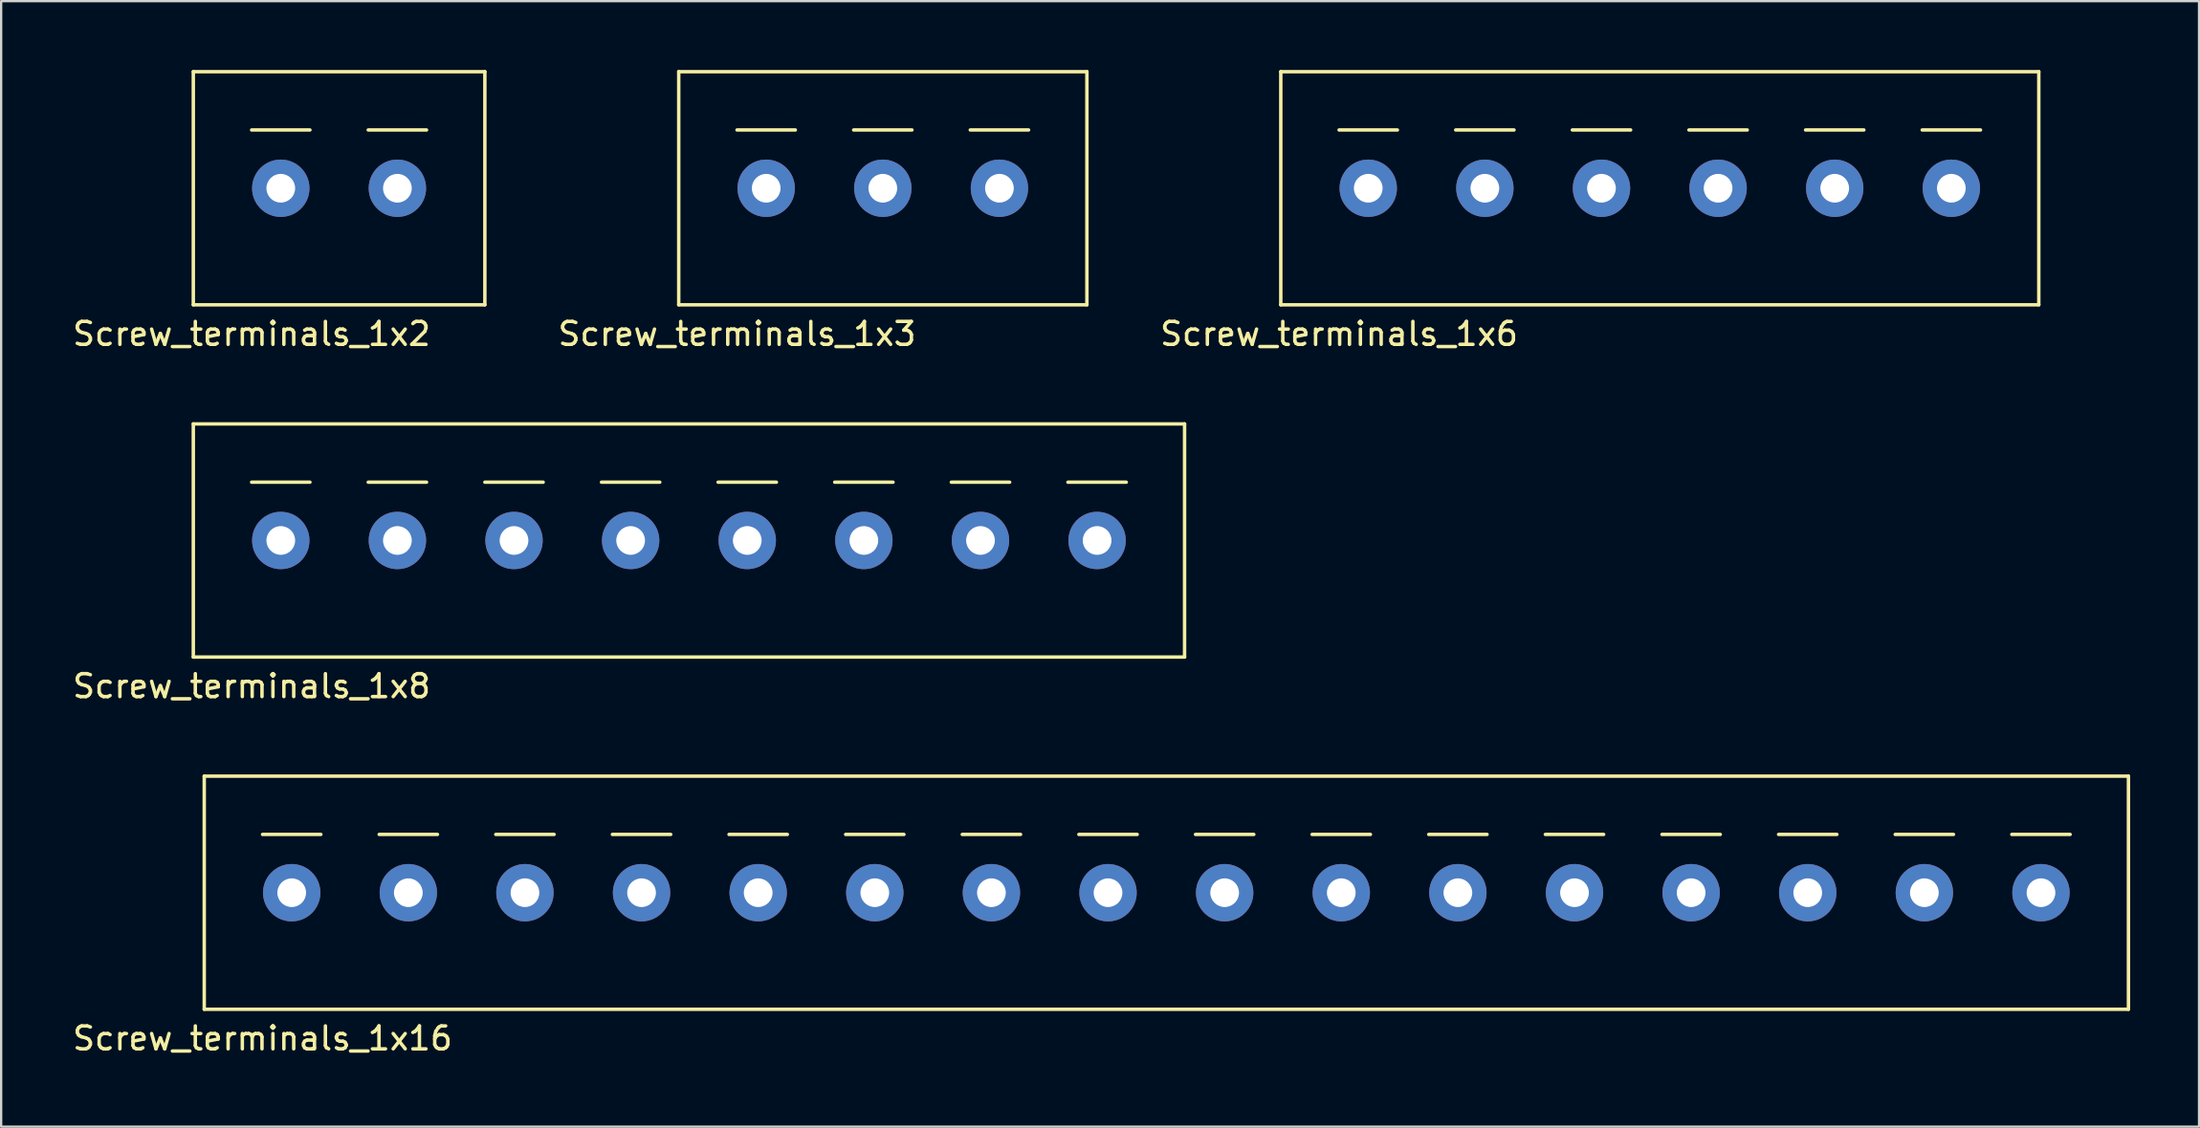
<source format=kicad_pcb>
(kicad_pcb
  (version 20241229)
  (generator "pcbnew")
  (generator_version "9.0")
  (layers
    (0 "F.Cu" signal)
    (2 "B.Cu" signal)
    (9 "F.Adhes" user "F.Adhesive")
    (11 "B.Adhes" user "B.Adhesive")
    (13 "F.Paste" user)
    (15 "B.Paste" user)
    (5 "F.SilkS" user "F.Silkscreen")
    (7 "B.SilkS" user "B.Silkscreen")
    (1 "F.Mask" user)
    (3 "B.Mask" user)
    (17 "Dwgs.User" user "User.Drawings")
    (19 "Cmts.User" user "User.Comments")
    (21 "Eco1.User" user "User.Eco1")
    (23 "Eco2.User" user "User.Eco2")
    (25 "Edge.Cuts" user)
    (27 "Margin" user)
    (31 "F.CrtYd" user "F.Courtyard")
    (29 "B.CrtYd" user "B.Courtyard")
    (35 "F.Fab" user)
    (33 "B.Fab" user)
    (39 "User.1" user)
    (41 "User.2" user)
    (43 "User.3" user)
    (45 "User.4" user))
  (footprint "Screw_terminals_1x16"
    (layer "F.Cu")
    (at 9.657 35.861)
    (property "Reference" "Screw_terminals_1x16" (at -1.27 6.35 0) (layer "F.SilkS") (effects (font (size 1 1) (thickness 0.15))))
    (attr through_hole)
    (fp_line (start -3.81 -5.08) (end 80.01 -5.08) (stroke (width 0.15) (type solid)) (layer "F.SilkS"))
    (fp_line (start -3.81 5.08) (end -3.81 -5.08) (stroke (width 0.15) (type solid)) (layer "F.SilkS"))
    (fp_line (start -1.27 -2.54) (end 1.27 -2.54) (stroke (width 0.15) (type solid)) (layer "F.SilkS"))
    (fp_line (start 3.81 -2.54) (end 6.35 -2.54) (stroke (width 0.15) (type solid)) (layer "F.SilkS"))
    (fp_line (start 8.89 -2.54) (end 11.43 -2.54) (stroke (width 0.15) (type solid)) (layer "F.SilkS"))
    (fp_line (start 13.97 -2.54) (end 16.51 -2.54) (stroke (width 0.15) (type solid)) (layer "F.SilkS"))
    (fp_line (start 19.05 -2.54) (end 21.59 -2.54) (stroke (width 0.15) (type solid)) (layer "F.SilkS"))
    (fp_line (start 24.13 -2.54) (end 26.67 -2.54) (stroke (width 0.15) (type solid)) (layer "F.SilkS"))
    (fp_line (start 29.21 -2.54) (end 31.75 -2.54) (stroke (width 0.15) (type solid)) (layer "F.SilkS"))
    (fp_line (start 34.29 -2.54) (end 36.83 -2.54) (stroke (width 0.15) (type solid)) (layer "F.SilkS"))
    (fp_line (start 39.37 -2.54) (end 41.91 -2.54) (stroke (width 0.15) (type solid)) (layer "F.SilkS"))
    (fp_line (start 44.45 -2.54) (end 46.99 -2.54) (stroke (width 0.15) (type solid)) (layer "F.SilkS"))
    (fp_line (start 49.53 -2.54) (end 52.07 -2.54) (stroke (width 0.15) (type solid)) (layer "F.SilkS"))
    (fp_line (start 54.61 -2.54) (end 57.15 -2.54) (stroke (width 0.15) (type solid)) (layer "F.SilkS"))
    (fp_line (start 59.69 -2.54) (end 62.23 -2.54) (stroke (width 0.15) (type solid)) (layer "F.SilkS"))
    (fp_line (start 64.77 -2.54) (end 67.31 -2.54) (stroke (width 0.15) (type solid)) (layer "F.SilkS"))
    (fp_line (start 69.85 -2.54) (end 72.39 -2.54) (stroke (width 0.15) (type solid)) (layer "F.SilkS"))
    (fp_line (start 74.93 -2.54) (end 77.47 -2.54) (stroke (width 0.15) (type solid)) (layer "F.SilkS"))
    (fp_line (start 80.01 -5.08) (end 80.01 5.08) (stroke (width 0.15) (type solid)) (layer "F.SilkS"))
    (fp_line (start 80.01 5.08) (end -3.81 5.08) (stroke (width 0.15) (type solid)) (layer "F.SilkS"))
    (pad "1" thru_hole circle (at 0 0) (size 2.5 2.5) (drill 1.25) (layers "*.Cu" "*.Mask"))
    (pad "2" thru_hole circle (at 5.08 0) (size 2.5 2.5) (drill 1.25) (layers "*.Cu" "*.Mask"))
    (pad "3" thru_hole circle (at 10.16 0) (size 2.5 2.5) (drill 1.25) (layers "*.Cu" "*.Mask"))
    (pad "4" thru_hole circle (at 15.24 0) (size 2.5 2.5) (drill 1.25) (layers "*.Cu" "*.Mask"))
    (pad "5" thru_hole circle (at 20.32 0) (size 2.5 2.5) (drill 1.25) (layers "*.Cu" "*.Mask"))
    (pad "6" thru_hole circle (at 25.4 0) (size 2.5 2.5) (drill 1.25) (layers "*.Cu" "*.Mask"))
    (pad "7" thru_hole circle (at 30.48 0) (size 2.5 2.5) (drill 1.25) (layers "*.Cu" "*.Mask"))
    (pad "8" thru_hole circle (at 35.56 0) (size 2.5 2.5) (drill 1.25) (layers "*.Cu" "*.Mask"))
    (pad "9" thru_hole circle (at 40.64 0) (size 2.5 2.5) (drill 1.25) (layers "*.Cu" "*.Mask"))
    (pad "10" thru_hole circle (at 45.72 0) (size 2.5 2.5) (drill 1.25) (layers "*.Cu" "*.Mask"))
    (pad "11" thru_hole circle (at 50.8 0) (size 2.5 2.5) (drill 1.25) (layers "*.Cu" "*.Mask"))
    (pad "12" thru_hole circle (at 55.88 0) (size 2.5 2.5) (drill 1.25) (layers "*.Cu" "*.Mask"))
    (pad "13" thru_hole circle (at 60.96 0) (size 2.5 2.5) (drill 1.25) (layers "*.Cu" "*.Mask"))
    (pad "14" thru_hole circle (at 66.04 0) (size 2.5 2.5) (drill 1.25) (layers "*.Cu" "*.Mask"))
    (pad "15" thru_hole circle (at 71.12 0) (size 2.5 2.5) (drill 1.25) (layers "*.Cu" "*.Mask"))
    (pad "16" thru_hole circle (at 76.2 0) (size 2.5 2.5) (drill 1.25) (layers "*.Cu" "*.Mask")))
  (footprint "Screw_terminals_1x2"
    (layer "F.Cu")
    (at 9.181 5.155)
    (property "Reference" "Screw_terminals_1x2" (at -1.27 6.35 0) (layer "F.SilkS") (effects (font (size 1 1) (thickness 0.15))))
    (attr through_hole)
    (fp_line (start -3.81 -5.08) (end 8.89 -5.08) (stroke (width 0.15) (type solid)) (layer "F.SilkS"))
    (fp_line (start -3.81 5.08) (end -3.81 -5.08) (stroke (width 0.15) (type solid)) (layer "F.SilkS"))
    (fp_line (start -1.27 -2.54) (end 1.27 -2.54) (stroke (width 0.15) (type solid)) (layer "F.SilkS"))
    (fp_line (start 3.81 -2.54) (end 6.35 -2.54) (stroke (width 0.15) (type solid)) (layer "F.SilkS"))
    (fp_line (start 8.89 -5.08) (end 8.89 5.08) (stroke (width 0.15) (type solid)) (layer "F.SilkS"))
    (fp_line (start 8.89 5.08) (end -3.81 5.08) (stroke (width 0.15) (type solid)) (layer "F.SilkS"))
    (pad "1" thru_hole circle (at 0 0) (size 2.5 2.5) (drill 1.25) (layers "*.Cu" "*.Mask"))
    (pad "2" thru_hole circle (at 5.08 0) (size 2.5 2.5) (drill 1.25) (layers "*.Cu" "*.Mask")))
  (footprint "Screw_terminals_1x8"
    (layer "F.Cu")
    (at 9.181 20.508)
    (property "Reference" "Screw_terminals_1x8" (at -1.27 6.35 0) (layer "F.SilkS") (effects (font (size 1 1) (thickness 0.15))))
    (attr through_hole)
    (fp_line (start -3.81 -5.08) (end 39.37 -5.08) (stroke (width 0.15) (type solid)) (layer "F.SilkS"))
    (fp_line (start -3.81 5.08) (end -3.81 -5.08) (stroke (width 0.15) (type solid)) (layer "F.SilkS"))
    (fp_line (start -1.27 -2.54) (end 1.27 -2.54) (stroke (width 0.15) (type solid)) (layer "F.SilkS"))
    (fp_line (start 3.81 -2.54) (end 6.35 -2.54) (stroke (width 0.15) (type solid)) (layer "F.SilkS"))
    (fp_line (start 8.89 -2.54) (end 11.43 -2.54) (stroke (width 0.15) (type solid)) (layer "F.SilkS"))
    (fp_line (start 13.97 -2.54) (end 16.51 -2.54) (stroke (width 0.15) (type solid)) (layer "F.SilkS"))
    (fp_line (start 19.05 -2.54) (end 21.59 -2.54) (stroke (width 0.15) (type solid)) (layer "F.SilkS"))
    (fp_line (start 24.13 -2.54) (end 26.67 -2.54) (stroke (width 0.15) (type solid)) (layer "F.SilkS"))
    (fp_line (start 29.21 -2.54) (end 31.75 -2.54) (stroke (width 0.15) (type solid)) (layer "F.SilkS"))
    (fp_line (start 34.29 -2.54) (end 36.83 -2.54) (stroke (width 0.15) (type solid)) (layer "F.SilkS"))
    (fp_line (start 39.37 -5.08) (end 39.37 5.08) (stroke (width 0.15) (type solid)) (layer "F.SilkS"))
    (fp_line (start 39.37 5.08) (end -3.81 5.08) (stroke (width 0.15) (type solid)) (layer "F.SilkS"))
    (pad "1" thru_hole circle (at 0 0) (size 2.5 2.5) (drill 1.25) (layers "*.Cu" "*.Mask"))
    (pad "2" thru_hole circle (at 5.08 0) (size 2.5 2.5) (drill 1.25) (layers "*.Cu" "*.Mask"))
    (pad "3" thru_hole circle (at 10.16 0) (size 2.5 2.5) (drill 1.25) (layers "*.Cu" "*.Mask"))
    (pad "4" thru_hole circle (at 15.24 0) (size 2.5 2.5) (drill 1.25) (layers "*.Cu" "*.Mask"))
    (pad "5" thru_hole circle (at 20.32 0) (size 2.5 2.5) (drill 1.25) (layers "*.Cu" "*.Mask"))
    (pad "6" thru_hole circle (at 25.4 0) (size 2.5 2.5) (drill 1.25) (layers "*.Cu" "*.Mask"))
    (pad "7" thru_hole circle (at 30.48 0) (size 2.5 2.5) (drill 1.25) (layers "*.Cu" "*.Mask"))
    (pad "8" thru_hole circle (at 35.56 0) (size 2.5 2.5) (drill 1.25) (layers "*.Cu" "*.Mask")))
  (footprint "Screw_terminals_1x3"
    (layer "F.Cu")
    (at 30.326 5.155)
    (property "Reference" "Screw_terminals_1x3" (at -1.27 6.35 0) (layer "F.SilkS") (effects (font (size 1 1) (thickness 0.15))))
    (attr through_hole)
    (fp_line (start -3.81 -5.08) (end 13.97 -5.08) (stroke (width 0.15) (type solid)) (layer "F.SilkS"))
    (fp_line (start -3.81 5.08) (end -3.81 -5.08) (stroke (width 0.15) (type solid)) (layer "F.SilkS"))
    (fp_line (start -1.27 -2.54) (end 1.27 -2.54) (stroke (width 0.15) (type solid)) (layer "F.SilkS"))
    (fp_line (start 3.81 -2.54) (end 6.35 -2.54) (stroke (width 0.15) (type solid)) (layer "F.SilkS"))
    (fp_line (start 8.89 -2.54) (end 11.43 -2.54) (stroke (width 0.15) (type solid)) (layer "F.SilkS"))
    (fp_line (start 13.97 -5.08) (end 13.97 5.08) (stroke (width 0.15) (type solid)) (layer "F.SilkS"))
    (fp_line (start 13.97 5.08) (end -3.81 5.08) (stroke (width 0.15) (type solid)) (layer "F.SilkS"))
    (pad "1" thru_hole circle (at 0 0) (size 2.5 2.5) (drill 1.25) (layers "*.Cu" "*.Mask"))
    (pad "2" thru_hole circle (at 5.08 0) (size 2.5 2.5) (drill 1.25) (layers "*.Cu" "*.Mask"))
    (pad "3" thru_hole circle (at 10.16 0) (size 2.5 2.5) (drill 1.25) (layers "*.Cu" "*.Mask")))
  (footprint "Screw_terminals_1x6"
    (layer "F.Cu")
    (at 56.552 5.155)
    (property "Reference" "Screw_terminals_1x6" (at -1.27 6.35 0) (layer "F.SilkS") (effects (font (size 1 1) (thickness 0.15))))
    (attr through_hole)
    (fp_line (start -3.81 -5.08) (end 29.21 -5.08) (stroke (width 0.15) (type solid)) (layer "F.SilkS"))
    (fp_line (start -3.81 5.08) (end -3.81 -5.08) (stroke (width 0.15) (type solid)) (layer "F.SilkS"))
    (fp_line (start -1.27 -2.54) (end 1.27 -2.54) (stroke (width 0.15) (type solid)) (layer "F.SilkS"))
    (fp_line (start 3.81 -2.54) (end 6.35 -2.54) (stroke (width 0.15) (type solid)) (layer "F.SilkS"))
    (fp_line (start 8.89 -2.54) (end 11.43 -2.54) (stroke (width 0.15) (type solid)) (layer "F.SilkS"))
    (fp_line (start 13.97 -2.54) (end 16.51 -2.54) (stroke (width 0.15) (type solid)) (layer "F.SilkS"))
    (fp_line (start 19.05 -2.54) (end 21.59 -2.54) (stroke (width 0.15) (type solid)) (layer "F.SilkS"))
    (fp_line (start 24.13 -2.54) (end 26.67 -2.54) (stroke (width 0.15) (type solid)) (layer "F.SilkS"))
    (fp_line (start 29.21 -5.08) (end 29.21 5.08) (stroke (width 0.15) (type solid)) (layer "F.SilkS"))
    (fp_line (start 29.21 5.08) (end -3.81 5.08) (stroke (width 0.15) (type solid)) (layer "F.SilkS"))
    (pad "1" thru_hole circle (at 0 0) (size 2.5 2.5) (drill 1.25) (layers "*.Cu" "*.Mask"))
    (pad "2" thru_hole circle (at 5.08 0) (size 2.5 2.5) (drill 1.25) (layers "*.Cu" "*.Mask"))
    (pad "3" thru_hole circle (at 10.16 0) (size 2.5 2.5) (drill 1.25) (layers "*.Cu" "*.Mask"))
    (pad "4" thru_hole circle (at 15.24 0) (size 2.5 2.5) (drill 1.25) (layers "*.Cu" "*.Mask"))
    (pad "5" thru_hole circle (at 20.32 0) (size 2.5 2.5) (drill 1.25) (layers "*.Cu" "*.Mask"))
    (pad "6" thru_hole circle (at 25.4 0) (size 2.5 2.5) (drill 1.25) (layers "*.Cu" "*.Mask")))
  (gr_rect
    (start -3 -3)
    (end 92.742 46.06)
    (stroke (width 0.1) (type default))
    (fill no)
    (layer "Edge.Cuts")))
</source>
